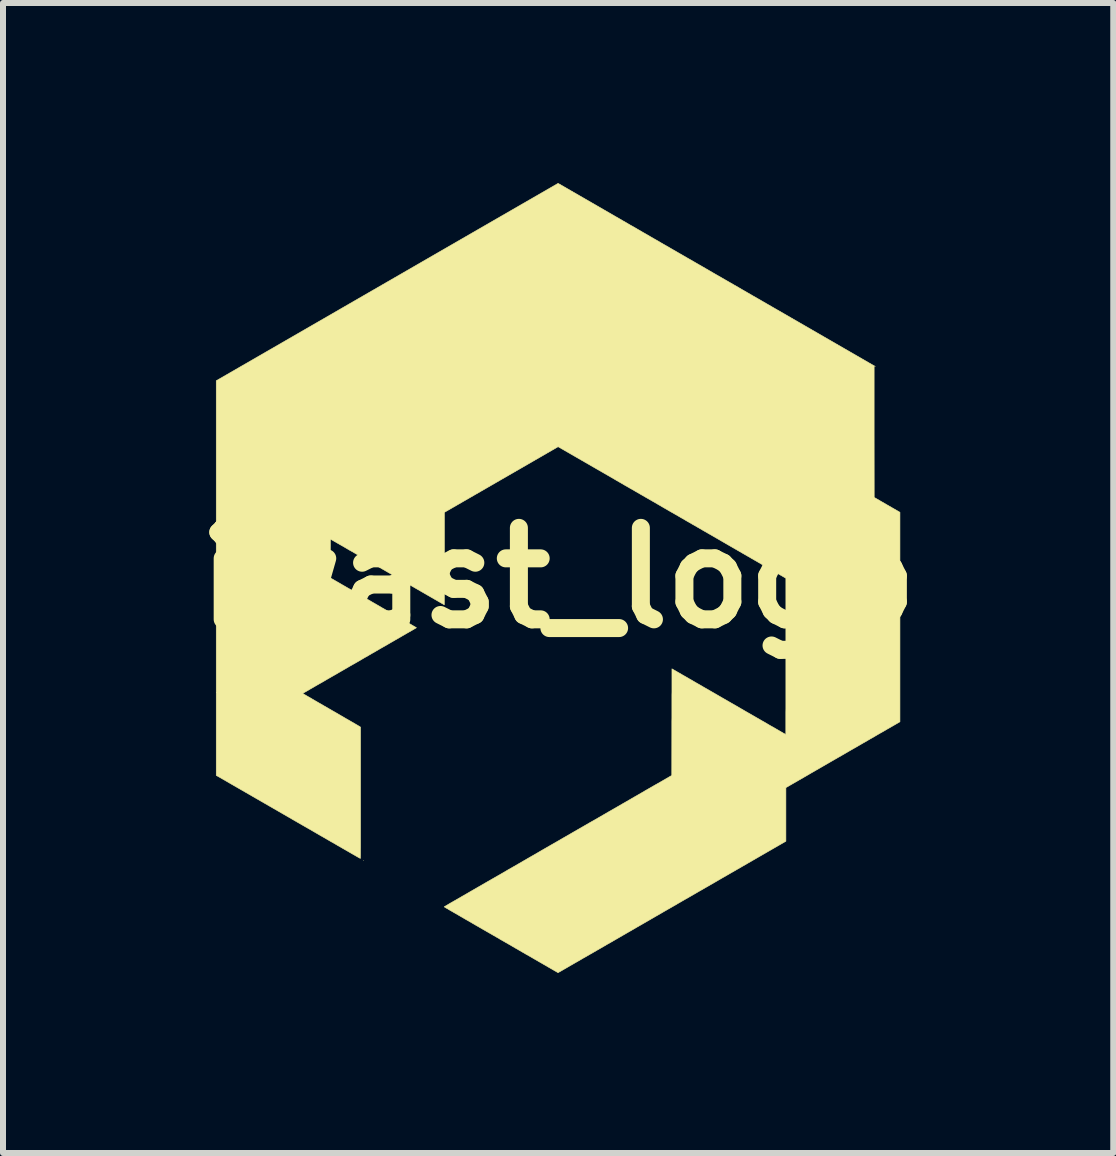
<source format=kicad_pcb>
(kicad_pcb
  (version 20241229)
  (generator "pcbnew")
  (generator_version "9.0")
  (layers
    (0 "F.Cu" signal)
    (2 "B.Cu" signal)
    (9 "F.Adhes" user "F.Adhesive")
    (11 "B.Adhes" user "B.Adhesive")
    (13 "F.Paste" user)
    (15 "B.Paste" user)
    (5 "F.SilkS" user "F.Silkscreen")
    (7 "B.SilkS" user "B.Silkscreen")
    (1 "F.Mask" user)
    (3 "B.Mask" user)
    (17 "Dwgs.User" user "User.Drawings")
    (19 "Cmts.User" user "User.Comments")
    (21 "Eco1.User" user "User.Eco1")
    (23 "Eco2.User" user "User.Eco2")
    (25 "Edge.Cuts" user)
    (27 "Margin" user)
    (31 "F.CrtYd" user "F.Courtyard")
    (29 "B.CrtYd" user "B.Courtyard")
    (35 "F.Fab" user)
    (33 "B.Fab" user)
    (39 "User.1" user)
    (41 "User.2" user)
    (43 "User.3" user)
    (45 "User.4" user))
  (footprint "iwast_logo"
    (layer "F.Cu")
    (at 6.248 6.579)
    (property "Reference" "iwast_logo" (at 0 0 0) (layer "F.SilkS") (effects (font (size 1.524 1.524) (thickness 0.3))))
    (attr through_hole)
    (fp_poly (pts (xy -3.244 4.703) (xy -3.245 4.704) (xy -3.246 4.703) (xy -3.245 4.702) (xy -3.244 4.703)) (stroke (width 0.01) (type solid)) (fill yes) (layer "F.SilkS"))
    (fp_poly (pts (xy 5.283 -3.524) (xy 5.282 -3.523) (xy 5.281 -3.524) (xy 5.282 -3.526) (xy 5.283 -3.524)) (stroke (width 0.01) (type solid)) (fill yes) (layer "F.SilkS"))
    (fp_poly (pts (xy 5.27 -3.532) (xy 5.273 -3.53) (xy 5.273 -3.529) (xy 5.272 -3.528) (xy 5.269 -3.53) (xy 5.269 -3.531) (xy 5.269 -3.533) (xy 5.27 -3.532)) (stroke (width 0.01) (type solid)) (fill yes) (layer "F.SilkS"))
    (fp_poly (pts (xy 0.947 -6.027) (xy 1.012 -5.99) (xy 1.075 -5.953) (xy 1.138 -5.917) (xy 1.199 -5.881) (xy 1.26 -5.847) (xy 1.318 -5.813) (xy 1.375 -5.78) (xy 1.43 -5.748) (xy 1.483 -5.718) (xy 1.534 -5.688) (xy 1.582 -5.66) (xy 1.628 -5.634) (xy 1.672 -5.609) (xy 1.712 -5.585) (xy 1.75 -5.563) (xy 1.785 -5.543) (xy 1.817 -5.525) (xy 1.845 -5.509) (xy 1.87 -5.494) (xy 1.891 -5.482) (xy 1.908 -5.472) (xy 1.922 -5.464) (xy 1.931 -5.459) (xy 1.936 -5.456) (xy 1.94 -5.454) (xy 1.949 -5.449) (xy 1.962 -5.441) (xy 1.979 -5.431) (xy 2 -5.419) (xy 2.024 -5.405) (xy 2.053 -5.389) (xy 2.085 -5.37) (xy 2.12 -5.35) (xy 2.159 -5.327) (xy 2.202 -5.303) (xy 2.247 -5.277) (xy 2.295 -5.249) (xy 2.347 -5.219) (xy 2.401 -5.188) (xy 2.458 -5.155) (xy 2.518 -5.12) (xy 2.58 -5.084) (xy 2.644 -5.047) (xy 2.711 -5.009) (xy 2.78 -4.969) (xy 2.851 -4.928) (xy 2.924 -4.886) (xy 2.999 -4.843) (xy 3.076 -4.798) (xy 3.154 -4.753) (xy 3.233 -4.707) (xy 3.314 -4.661) (xy 3.397 -4.613) (xy 3.48 -4.565) (xy 3.565 -4.516) (xy 3.622 -4.483) (xy 5.265 -3.534) (xy 5.265 -2.438) (xy 5.266 -1.342) (xy 5.48 -1.218) (xy 5.695 -1.094) (xy 5.695 0.651) (xy 5.695 2.396) (xy 5.51 2.503) (xy 5.488 2.515) (xy 5.463 2.53) (xy 5.434 2.547) (xy 5.401 2.566) (xy 5.365 2.586) (xy 5.327 2.608) (xy 5.286 2.632) (xy 5.244 2.657) (xy 5.199 2.682) (xy 5.153 2.709) (xy 5.106 2.736) (xy 5.059 2.763) (xy 5.011 2.791) (xy 4.963 2.819) (xy 4.915 2.846) (xy 4.877 2.868) (xy 4.827 2.897) (xy 4.775 2.927) (xy 4.722 2.958) (xy 4.667 2.989) (xy 4.612 3.021) (xy 4.556 3.053) (xy 4.501 3.085) (xy 4.446 3.117) (xy 4.392 3.148) (xy 4.34 3.178) (xy 4.29 3.207) (xy 4.243 3.234) (xy 4.198 3.26) (xy 4.157 3.284) (xy 4.12 3.306) (xy 4.112 3.31) (xy 3.795 3.493) (xy 3.795 4.386) (xy 2.866 4.922) (xy 2.802 4.959) (xy 2.739 4.995) (xy 2.677 5.031) (xy 2.617 5.066) (xy 2.558 5.1) (xy 2.501 5.133) (xy 2.445 5.165) (xy 2.392 5.196) (xy 2.34 5.225) (xy 2.291 5.254) (xy 2.244 5.281) (xy 2.199 5.307) (xy 2.158 5.331) (xy 2.118 5.353) (xy 2.082 5.374) (xy 2.049 5.393) (xy 2.02 5.41) (xy 1.993 5.425) (xy 1.971 5.439) (xy 1.952 5.45) (xy 1.936 5.458) (xy 1.925 5.465) (xy 1.918 5.469) (xy 1.915 5.471) (xy 1.912 5.473) (xy 1.904 5.477) (xy 1.892 5.484) (xy 1.876 5.493) (xy 1.856 5.505) (xy 1.832 5.518) (xy 1.805 5.534) (xy 1.775 5.551) (xy 1.741 5.571) (xy 1.705 5.592) (xy 1.665 5.615) (xy 1.623 5.639) (xy 1.578 5.665) (xy 1.53 5.693) (xy 1.48 5.722) (xy 1.428 5.752) (xy 1.374 5.783) (xy 1.318 5.815) (xy 1.26 5.849) (xy 1.201 5.883) (xy 1.14 5.918) (xy 1.078 5.954) (xy 1.014 5.991) (xy 0.95 6.028) (xy 0.947 6.03) (xy 0.883 6.067) (xy 0.819 6.103) (xy 0.758 6.139) (xy 0.697 6.174) (xy 0.638 6.208) (xy 0.581 6.241) (xy 0.525 6.273) (xy 0.472 6.304) (xy 0.42 6.333) (xy 0.371 6.362) (xy 0.324 6.389) (xy 0.28 6.414) (xy 0.239 6.438) (xy 0.2 6.46) (xy 0.164 6.481) (xy 0.132 6.5) (xy 0.102 6.517) (xy 0.076 6.532) (xy 0.054 6.545) (xy 0.035 6.556) (xy 0.02 6.564) (xy 0.009 6.57) (xy 0.002 6.574) (xy -0.000483 6.576) (xy -0.001 6.576) (xy -0.003 6.575) (xy -0.009 6.571) (xy -0.02 6.565) (xy -0.034 6.556) (xy -0.053 6.546) (xy -0.075 6.533) (xy -0.101 6.518) (xy -0.13 6.501) (xy -0.162 6.483) (xy -0.197 6.462) (xy -0.236 6.44) (xy -0.277 6.416) (xy -0.321 6.391) (xy -0.367 6.364) (xy -0.416 6.336) (xy -0.467 6.306) (xy -0.521 6.276) (xy -0.576 6.244) (xy -0.633 6.211) (xy -0.692 6.177) (xy -0.752 6.142) (xy -0.814 6.106) (xy -0.877 6.07) (xy -0.941 6.033) (xy -0.949 6.029) (xy -1.013 5.991) (xy -1.076 5.955) (xy -1.138 5.919) (xy -1.199 5.884) (xy -1.258 5.85) (xy -1.315 5.817) (xy -1.371 5.785) (xy -1.424 5.754) (xy -1.475 5.724) (xy -1.525 5.696) (xy -1.571 5.669) (xy -1.616 5.643) (xy -1.657 5.619) (xy -1.696 5.596) (xy -1.732 5.576) (xy -1.764 5.557) (xy -1.794 5.54) (xy -1.82 5.525) (xy -1.842 5.511) (xy -1.861 5.501) (xy -1.876 5.492) (xy -1.887 5.485) (xy -1.894 5.481) (xy -1.897 5.479) (xy -1.897 5.479) (xy -1.895 5.478) (xy -1.889 5.474) (xy -1.879 5.468) (xy -1.866 5.46) (xy -1.85 5.451) (xy -1.832 5.44) (xy -1.812 5.428) (xy -1.79 5.415) (xy -1.774 5.406) (xy -1.758 5.397) (xy -1.738 5.385) (xy -1.714 5.372) (xy -1.687 5.356) (xy -1.657 5.339) (xy -1.624 5.32) (xy -1.589 5.299) (xy -1.551 5.278) (xy -1.512 5.255) (xy -1.471 5.231) (xy -1.429 5.207) (xy -1.386 5.182) (xy -1.343 5.157) (xy -1.299 5.132) (xy -1.256 5.107) (xy -1.173 5.059) (xy -1.089 5.011) (xy -1.002 4.961) (xy -0.915 4.911) (xy -0.827 4.859) (xy -0.737 4.808) (xy -0.647 4.756) (xy -0.556 4.703) (xy -0.464 4.65) (xy -0.373 4.598) (xy -0.281 4.544) (xy -0.189 4.491) (xy -0.097 4.438) (xy -0.006 4.386) (xy 0.085 4.333) (xy 0.176 4.281) (xy 0.265 4.229) (xy 0.354 4.178) (xy 0.441 4.128) (xy 0.527 4.078) (xy 0.612 4.03) (xy 0.695 3.982) (xy 0.776 3.935) (xy 0.855 3.889) (xy 0.932 3.845) (xy 1.007 3.802) (xy 1.079 3.76) (xy 1.149 3.72) (xy 1.216 3.681) (xy 1.28 3.644) (xy 1.341 3.609) (xy 1.398 3.576) (xy 1.452 3.544) (xy 1.503 3.515) (xy 1.55 3.488) (xy 1.593 3.463) (xy 1.632 3.441) (xy 1.664 3.423) (xy 1.894 3.29) (xy 1.895 2.577) (xy 1.895 2.514) (xy 1.895 2.452) (xy 1.895 2.391) (xy 1.896 2.33) (xy 1.896 2.27) (xy 1.896 2.211) (xy 1.896 2.154) (xy 1.896 2.099) (xy 1.896 2.046) (xy 1.896 1.995) (xy 1.896 1.946) (xy 1.897 1.901) (xy 1.897 1.859) (xy 1.897 1.82) (xy 1.897 1.785) (xy 1.897 1.754) (xy 1.897 1.727) (xy 1.897 1.705) (xy 1.897 1.689) (xy 1.897 1.514) (xy 1.911 1.522) (xy 1.912 1.523) (xy 1.914 1.524) (xy 1.918 1.526) (xy 1.922 1.529) (xy 1.928 1.532) (xy 1.935 1.536) (xy 1.943 1.541) (xy 1.953 1.546) (xy 1.964 1.553) (xy 1.977 1.56) (xy 1.992 1.569) (xy 2.009 1.579) (xy 2.028 1.589) (xy 2.048 1.601) (xy 2.071 1.615) (xy 2.096 1.629) (xy 2.124 1.645) (xy 2.154 1.662) (xy 2.186 1.681) (xy 2.222 1.701) (xy 2.259 1.723) (xy 2.3 1.747) (xy 2.344 1.772) (xy 2.391 1.799) (xy 2.44 1.828) (xy 2.493 1.858) (xy 2.55 1.891) (xy 2.609 1.925) (xy 2.673 1.962) (xy 2.74 2.001) (xy 2.81 2.041) (xy 2.884 2.084) (xy 2.963 2.129) (xy 3.045 2.177) (xy 3.131 2.227) (xy 3.222 2.279) (xy 3.317 2.334) (xy 3.344 2.349) (xy 3.388 2.375) (xy 3.431 2.399) (xy 3.472 2.423) (xy 3.512 2.447) (xy 3.55 2.469) (xy 3.587 2.489) (xy 3.621 2.509) (xy 3.652 2.527) (xy 3.681 2.544) (xy 3.707 2.559) (xy 3.73 2.572) (xy 3.75 2.584) (xy 3.767 2.593) (xy 3.779 2.6) (xy 3.788 2.605) (xy 3.793 2.608) (xy 3.794 2.609) (xy 3.794 2.606) (xy 3.794 2.599) (xy 3.794 2.586) (xy 3.794 2.57) (xy 3.794 2.548) (xy 3.794 2.523) (xy 3.794 2.493) (xy 3.794 2.459) (xy 3.794 2.421) (xy 3.794 2.38) (xy 3.794 2.335) (xy 3.794 2.286) (xy 3.794 2.234) (xy 3.795 2.179) (xy 3.795 2.122) (xy 3.795 2.061) (xy 3.795 1.997) (xy 3.795 1.932) (xy 3.795 1.863) (xy 3.795 1.793) (xy 3.795 1.72) (xy 3.795 1.646) (xy 3.795 1.569) (xy 3.795 1.492) (xy 3.795 1.412) (xy 3.795 1.331) (xy 3.795 1.306) (xy 3.795 0.004) (xy 2.844 -0.545) (xy 2.768 -0.589) (xy 2.689 -0.635) (xy 2.606 -0.683) (xy 2.519 -0.733) (xy 2.43 -0.784) (xy 2.339 -0.837) (xy 2.245 -0.891) (xy 2.151 -0.945) (xy 2.055 -1.001) (xy 1.958 -1.057) (xy 1.862 -1.112) (xy 1.765 -1.168) (xy 1.669 -1.224) (xy 1.574 -1.279) (xy 1.48 -1.333) (xy 1.388 -1.386) (xy 1.298 -1.438) (xy 1.211 -1.488) (xy 1.127 -1.536) (xy 1.047 -1.583) (xy 0.97 -1.627) (xy 0.947 -1.641) (xy 0.000128 -2.187) (xy -0.947 -1.64) (xy -1.895 -1.093) (xy -1.895 -0.323) (xy -1.896 0.447) (xy -2.398 0.157) (xy -2.494 0.102) (xy -2.586 0.049) (xy -2.673 -0.002) (xy -2.757 -0.05) (xy -2.836 -0.096) (xy -2.912 -0.14) (xy -2.983 -0.181) (xy -3.051 -0.22) (xy -3.115 -0.257) (xy -3.176 -0.292) (xy -3.233 -0.325) (xy -3.287 -0.356) (xy -3.337 -0.385) (xy -3.384 -0.412) (xy -3.428 -0.438) (xy -3.47 -0.461) (xy -3.508 -0.483) (xy -3.543 -0.504) (xy -3.575 -0.523) (xy -3.605 -0.54) (xy -3.632 -0.555) (xy -3.657 -0.57) (xy -3.679 -0.582) (xy -3.699 -0.594) (xy -3.717 -0.604) (xy -3.733 -0.613) (xy -3.747 -0.621) (xy -3.758 -0.628) (xy -3.768 -0.633) (xy -3.776 -0.638) (xy -3.783 -0.642) (xy -3.787 -0.644) (xy -3.791 -0.646) (xy -3.793 -0.647) (xy -3.793 -0.648) (xy -3.794 -0.645) (xy -3.794 -0.638) (xy -3.794 -0.626) (xy -3.794 -0.61) (xy -3.794 -0.59) (xy -3.794 -0.567) (xy -3.794 -0.54) (xy -3.795 -0.511) (xy -3.795 -0.479) (xy -3.795 -0.444) (xy -3.795 -0.407) (xy -3.795 -0.369) (xy -3.795 -0.329) (xy -3.795 -0.324) (xy -3.795 -0.001) (xy -3.737 0.032) (xy -3.724 0.04) (xy -3.708 0.049) (xy -3.689 0.06) (xy -3.666 0.073) (xy -3.64 0.088) (xy -3.61 0.106) (xy -3.577 0.125) (xy -3.54 0.146) (xy -3.499 0.17) (xy -3.454 0.195) (xy -3.406 0.223) (xy -3.353 0.254) (xy -3.297 0.286) (xy -3.236 0.322) (xy -3.171 0.359) (xy -3.102 0.399) (xy -3.085 0.409) (xy -3.048 0.43) (xy -3.01 0.452) (xy -2.97 0.475) (xy -2.93 0.499) (xy -2.889 0.522) (xy -2.85 0.545) (xy -2.811 0.567) (xy -2.774 0.588) (xy -2.74 0.608) (xy -2.709 0.626) (xy -2.681 0.642) (xy -2.678 0.644) (xy -2.651 0.66) (xy -2.626 0.675) (xy -2.601 0.689) (xy -2.579 0.702) (xy -2.558 0.714) (xy -2.54 0.724) (xy -2.526 0.732) (xy -2.514 0.739) (xy -2.506 0.744) (xy -2.502 0.746) (xy -2.502 0.746) (xy -2.492 0.752) (xy -2.479 0.759) (xy -2.465 0.767) (xy -2.45 0.776) (xy -2.434 0.786) (xy -2.418 0.795) (xy -2.404 0.803) (xy -2.391 0.811) (xy -2.38 0.817) (xy -2.373 0.821) (xy -2.371 0.823) (xy -2.36 0.829) (xy -2.501 0.911) (xy -2.523 0.923) (xy -2.548 0.938) (xy -2.576 0.954) (xy -2.607 0.972) (xy -2.641 0.992) (xy -2.677 1.013) (xy -2.715 1.034) (xy -2.754 1.057) (xy -2.793 1.079) (xy -2.832 1.102) (xy -2.871 1.125) (xy -2.91 1.147) (xy -2.921 1.153) (xy -2.982 1.188) (xy -3.043 1.224) (xy -3.105 1.259) (xy -3.166 1.295) (xy -3.228 1.33) (xy -3.289 1.366) (xy -3.349 1.401) (xy -3.409 1.435) (xy -3.469 1.469) (xy -3.527 1.503) (xy -3.584 1.536) (xy -3.64 1.568) (xy -3.694 1.6) (xy -3.747 1.63) (xy -3.799 1.66) (xy -3.848 1.688) (xy -3.895 1.716) (xy -3.94 1.742) (xy -3.983 1.766) (xy -4.023 1.789) (xy -4.061 1.811) (xy -4.095 1.831) (xy -4.127 1.849) (xy -4.155 1.866) (xy -4.18 1.88) (xy -4.202 1.893) (xy -4.22 1.903) (xy -4.234 1.911) (xy -4.245 1.917) (xy -4.251 1.921) (xy -4.253 1.922) (xy -4.254 1.923) (xy -4.252 1.925) (xy -4.248 1.929) (xy -4.241 1.933) (xy -4.23 1.94) (xy -4.223 1.944) (xy -4.213 1.949) (xy -4.2 1.957) (xy -4.183 1.967) (xy -4.164 1.978) (xy -4.144 1.989) (xy -4.123 2.001) (xy -4.103 2.013) (xy -4.09 2.021) (xy -4.072 2.031) (xy -4.051 2.044) (xy -4.026 2.058) (xy -3.999 2.074) (xy -3.969 2.091) (xy -3.937 2.109) (xy -3.904 2.129) (xy -3.869 2.149) (xy -3.834 2.169) (xy -3.798 2.19) (xy -3.762 2.211) (xy -3.753 2.216) (xy -3.702 2.245) (xy -3.656 2.272) (xy -3.613 2.297) (xy -3.575 2.319) (xy -3.54 2.34) (xy -3.508 2.358) (xy -3.48 2.374) (xy -3.454 2.389) (xy -3.432 2.402) (xy -3.412 2.413) (xy -3.395 2.423) (xy -3.38 2.432) (xy -3.367 2.44) (xy -3.356 2.446) (xy -3.347 2.451) (xy -3.339 2.456) (xy -3.333 2.46) (xy -3.328 2.463) (xy -3.323 2.465) (xy -3.32 2.468) (xy -3.317 2.469) (xy -3.314 2.471) (xy -3.311 2.472) (xy -3.31 2.473) (xy -3.292 2.485) (xy -3.292 3.579) (xy -3.292 3.669) (xy -3.292 3.753) (xy -3.292 3.832) (xy -3.292 3.907) (xy -3.292 3.977) (xy -3.292 4.043) (xy -3.292 4.104) (xy -3.292 4.162) (xy -3.292 4.215) (xy -3.292 4.265) (xy -3.292 4.311) (xy -3.292 4.354) (xy -3.292 4.393) (xy -3.292 4.428) (xy -3.292 4.461) (xy -3.292 4.491) (xy -3.293 4.517) (xy -3.293 4.542) (xy -3.293 4.563) (xy -3.293 4.582) (xy -3.293 4.599) (xy -3.293 4.614) (xy -3.293 4.626) (xy -3.294 4.637) (xy -3.294 4.646) (xy -3.294 4.654) (xy -3.294 4.659) (xy -3.294 4.664) (xy -3.295 4.668) (xy -3.295 4.67) (xy -3.295 4.672) (xy -3.296 4.672) (xy -3.296 4.673) (xy -3.296 4.673) (xy -3.298 4.671) (xy -3.305 4.667) (xy -3.316 4.661) (xy -3.331 4.653) (xy -3.35 4.642) (xy -3.372 4.629) (xy -3.398 4.614) (xy -3.428 4.597) (xy -3.461 4.578) (xy -3.497 4.557) (xy -3.537 4.534) (xy -3.579 4.51) (xy -3.625 4.483) (xy -3.673 4.456) (xy -3.723 4.426) (xy -3.777 4.396) (xy -3.832 4.364) (xy -3.89 4.33) (xy -3.95 4.296) (xy -4.012 4.26) (xy -4.076 4.223) (xy -4.141 4.185) (xy -4.208 4.147) (xy -4.277 4.107) (xy -4.347 4.067) (xy -4.418 4.026) (xy -4.49 3.984) (xy -4.497 3.98) (xy -5.695 3.289) (xy -5.695 1.911) (xy -4.28 1.911) (xy -4.279 1.913) (xy -4.277 1.911) (xy -4.279 1.91) (xy -4.28 1.911) (xy -5.695 1.911) (xy -5.695 -3.286) (xy 0.00014 -6.574) (xy 0.947 -6.027)) (stroke (width 0.01) (type solid)) (fill yes) (layer "F.SilkS")))
  (gr_rect
    (start -3 -3)
    (end 15.497 16.159)
    (stroke (width 0.1) (type default))
    (fill no)
    (layer "Edge.Cuts")))
</source>
